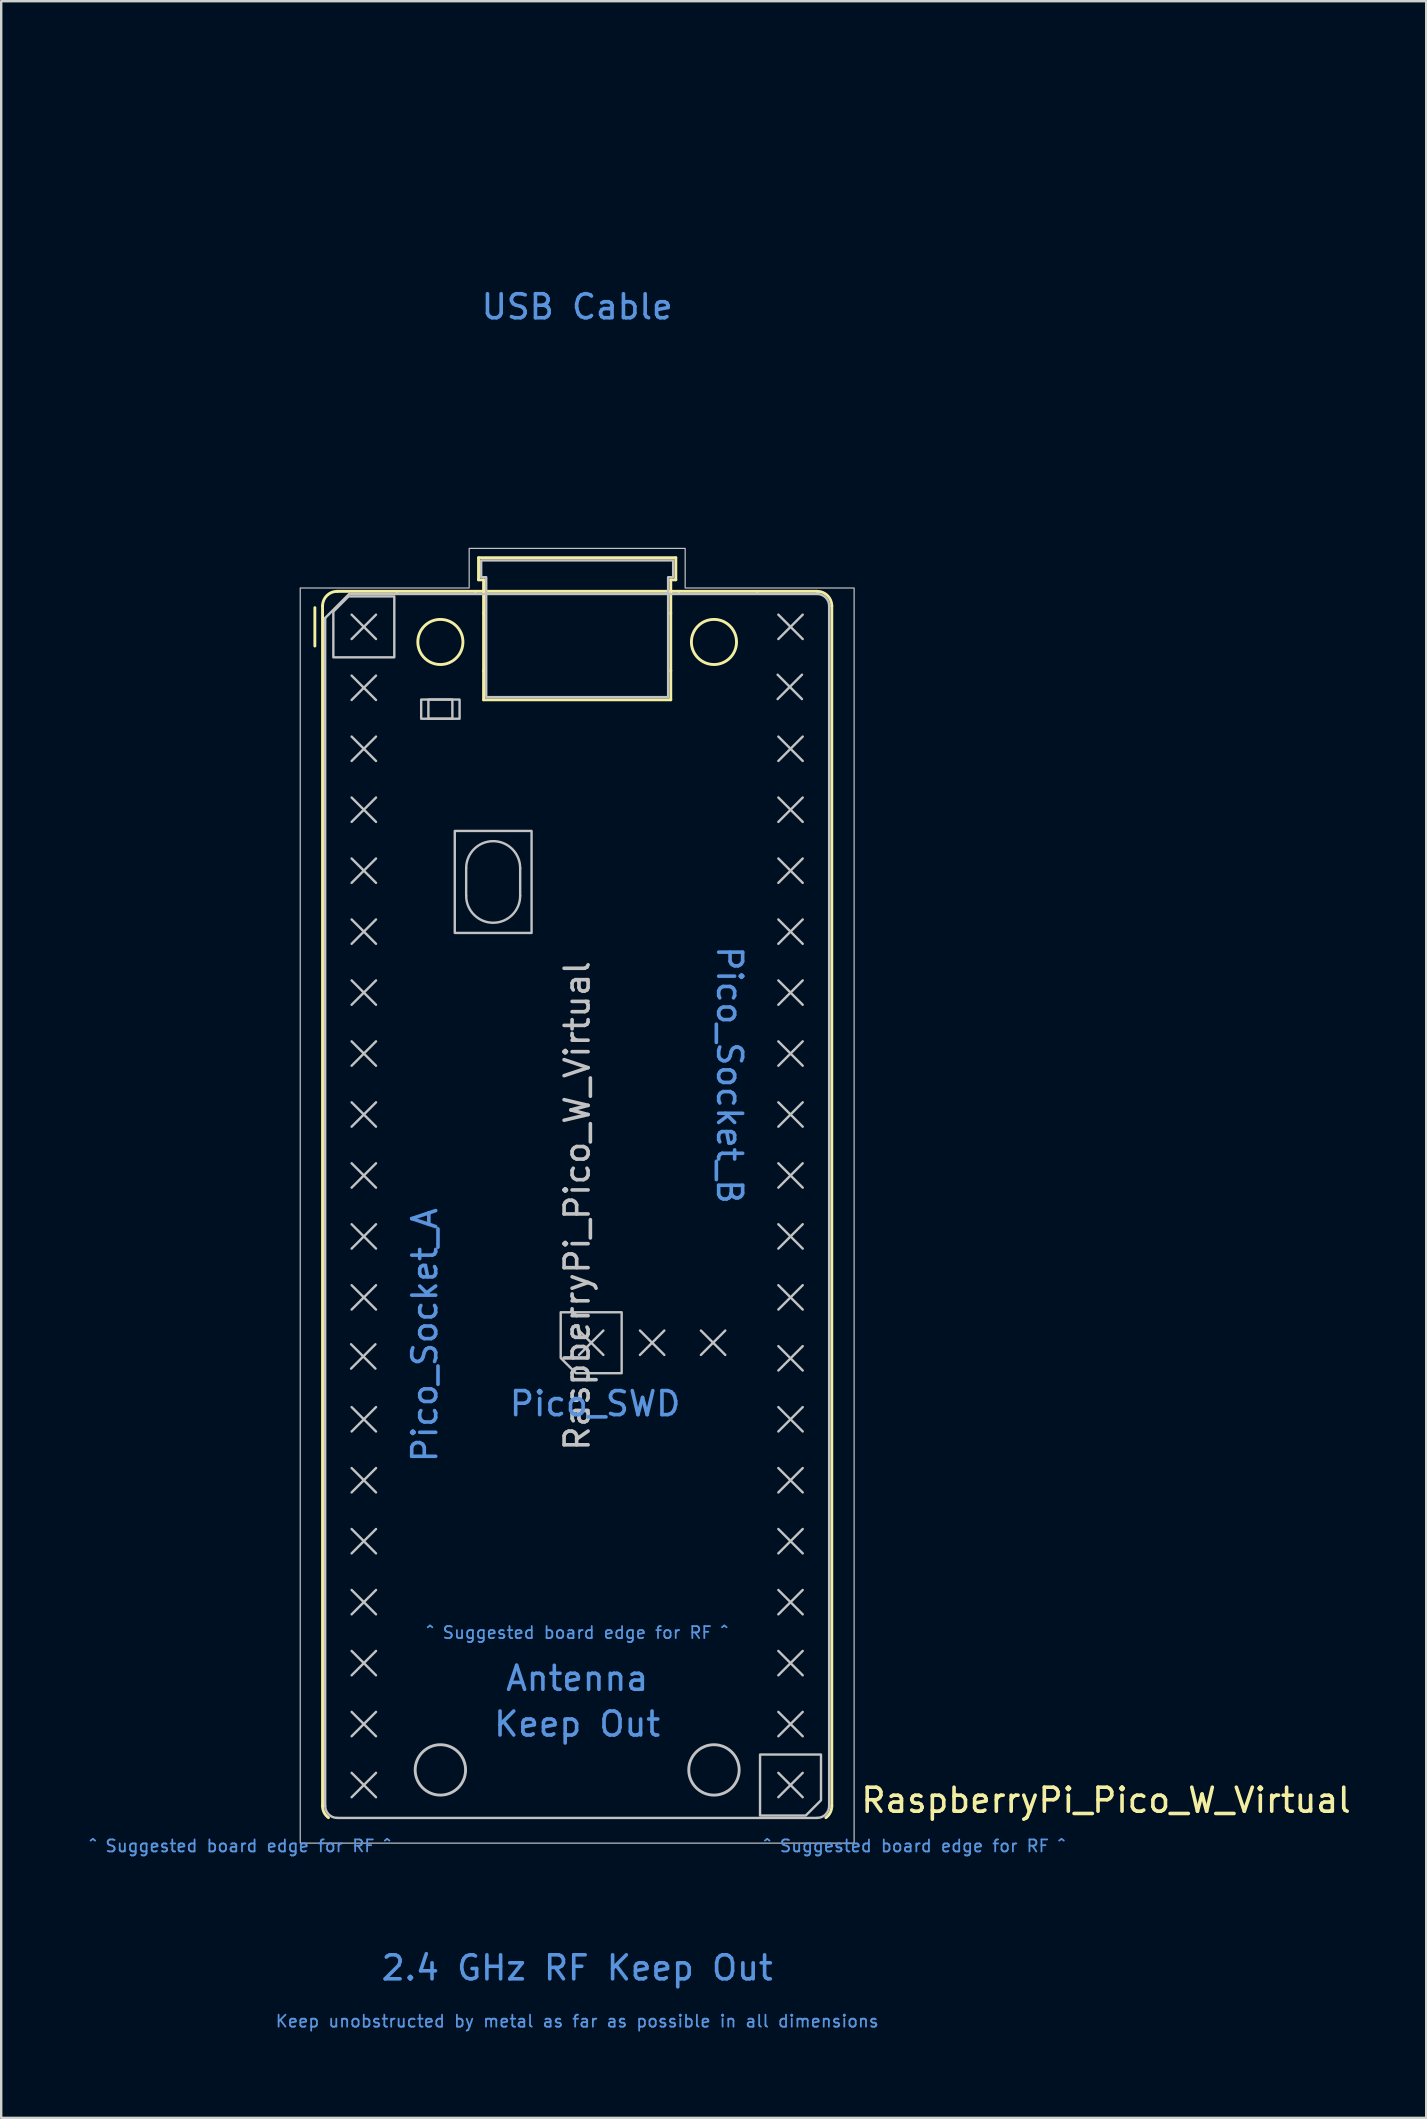
<source format=kicad_pcb>
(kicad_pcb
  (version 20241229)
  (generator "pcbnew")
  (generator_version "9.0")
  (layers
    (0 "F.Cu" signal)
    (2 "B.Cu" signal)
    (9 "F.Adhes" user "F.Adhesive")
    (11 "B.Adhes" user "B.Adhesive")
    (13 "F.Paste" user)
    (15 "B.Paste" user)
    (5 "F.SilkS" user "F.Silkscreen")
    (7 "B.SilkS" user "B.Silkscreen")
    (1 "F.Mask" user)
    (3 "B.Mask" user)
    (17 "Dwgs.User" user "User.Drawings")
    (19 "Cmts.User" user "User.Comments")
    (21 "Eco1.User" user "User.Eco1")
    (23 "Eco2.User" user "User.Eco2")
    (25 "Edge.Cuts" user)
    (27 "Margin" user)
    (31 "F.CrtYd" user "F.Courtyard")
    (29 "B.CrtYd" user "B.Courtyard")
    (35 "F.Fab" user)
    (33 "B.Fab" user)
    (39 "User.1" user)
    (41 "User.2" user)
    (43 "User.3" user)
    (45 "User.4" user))
  (footprint "RaspberryPi_Pico_W_Virtual"
    (layer "F.Cu")
    (at 21 47.2)
    (property "Reference" "RaspberryPi_Pico_W_Virtual" (at 11.748 24.765 0) (unlocked yes) (layer "F.SilkS") (effects (font (size 1 1) (thickness 0.15)) (justify left)))
    (attr exclude_from_pos_files allow_missing_courtyard)
    (fp_line (start -10.93 -23.33) (end -10.93 -24.93) (stroke (width 0.12) (type solid)) (layer "F.SilkS"))
    (fp_line (start -10.61 -25) (end -10.61 25) (stroke (width 0.12) (type solid)) (layer "F.SilkS"))
    (fp_line (start -10 -25.61) (end -7.51 -25.61) (stroke (width 0.12) (type solid)) (layer "F.SilkS"))
    (fp_line (start -7.51 -25.61) (end -4.235 -25.61) (stroke (width 0.12) (type solid)) (layer "F.SilkS"))
    (fp_line (start -4.235 -25.61) (end 4.235 -25.61) (stroke (width 0.12) (type solid)) (layer "F.SilkS"))
    (fp_line (start -4.11 -27.01) (end -4.11 -26.09) (stroke (width 0.12) (type solid)) (layer "F.SilkS"))
    (fp_line (start -4.11 -27.01) (end 4.11 -27.01) (stroke (width 0.12) (type solid)) (layer "F.SilkS"))
    (fp_line (start -4.11 -26.09) (end -3.9 -26.09) (stroke (width 0.12) (type solid)) (layer "F.SilkS"))
    (fp_line (start -3.9 -26.09) (end -3.9 -24.694) (stroke (width 0.12) (type solid)) (layer "F.SilkS"))
    (fp_line (start -3.9 -24.694) (end -3.9 -22.306) (stroke (width 0.12) (type default)) (layer "F.SilkS"))
    (fp_line (start -3.9 -22.306) (end -3.9 -21.09) (stroke (width 0.12) (type solid)) (layer "F.SilkS"))
    (fp_line (start 3.9 -26.09) (end 3.9 -24.694) (stroke (width 0.12) (type solid)) (layer "F.SilkS"))
    (fp_line (start 3.9 -24.694) (end 3.9 -22.306) (stroke (width 0.12) (type default)) (layer "F.SilkS"))
    (fp_line (start 3.9 -22.306) (end 3.9 -21.09) (stroke (width 0.12) (type solid)) (layer "F.SilkS"))
    (fp_line (start 3.9 -21.09) (end -3.9 -21.09) (stroke (width 0.12) (type solid)) (layer "F.SilkS"))
    (fp_line (start 4.11 -27.01) (end 4.11 -26.09) (stroke (width 0.12) (type solid)) (layer "F.SilkS"))
    (fp_line (start 4.11 -26.09) (end 3.9 -26.09) (stroke (width 0.12) (type solid)) (layer "F.SilkS"))
    (fp_line (start 4.235 -25.61) (end 7.51 -25.61) (stroke (width 0.12) (type solid)) (layer "F.SilkS"))
    (fp_line (start 7.51 -25.61) (end 10 -25.61) (stroke (width 0.12) (type solid)) (layer "F.SilkS"))
    (fp_line (start 10.61 -25) (end 10.61 25) (stroke (width 0.12) (type solid)) (layer "F.SilkS"))
    (fp_arc (start -10.61 -25) (mid -10.431335 -25.431335) (end -10 -25.61) (stroke (width 0.12) (type solid)) (layer "F.SilkS"))
    (fp_arc (start -10.363318 25.49) (mid -10.54485 25.274295) (end -10.61 25) (stroke (width 0.12) (type solid)) (layer "F.SilkS"))
    (fp_arc (start 10 -25.61) (mid 10.431335 -25.431335) (end 10.61 -25) (stroke (width 0.12) (type solid)) (layer "F.SilkS"))
    (fp_arc (start 10.61 25) (mid 10.544921 25.274336) (end 10.363342 25.490031) (stroke (width 0.12) (type solid)) (layer "F.SilkS"))
    (fp_circle (center -5.7 -23.5) (end -4.76 -23.5) (stroke (width 0.12) (type solid)) (fill no) (layer "F.SilkS"))
    (fp_circle (center 5.7 -23.5) (end 6.64 -23.5) (stroke (width 0.12) (type solid)) (fill no) (layer "F.SilkS"))
    (fp_line (start -10.5 -24.5) (end -9.5 -25.5) (stroke (width 0.1) (type solid)) (layer "Dwgs.User"))
    (fp_line (start -10.5 25) (end -10.5 -24.5) (stroke (width 0.1) (type solid)) (layer "Dwgs.User"))
    (fp_line (start -9.5 -25.5) (end 10 -25.5) (stroke (width 0.1) (type solid)) (layer "Dwgs.User"))
    (fp_line (start -9.422 5.763) (end -8.406 6.779) (stroke (width 0.1) (type solid)) (layer "Dwgs.User"))
    (fp_line (start -9.398 -24.638) (end -8.382 -23.622) (stroke (width 0.1) (type solid)) (layer "Dwgs.User"))
    (fp_line (start -9.398 -22.098) (end -8.382 -21.082) (stroke (width 0.1) (type solid)) (layer "Dwgs.User"))
    (fp_line (start -9.398 -19.558) (end -8.382 -18.542) (stroke (width 0.1) (type solid)) (layer "Dwgs.User"))
    (fp_line (start -9.398 -17.018) (end -8.382 -16.002) (stroke (width 0.1) (type solid)) (layer "Dwgs.User"))
    (fp_line (start -9.398 -14.478) (end -8.382 -13.462) (stroke (width 0.1) (type solid)) (layer "Dwgs.User"))
    (fp_line (start -9.398 -11.938) (end -8.382 -10.922) (stroke (width 0.1) (type solid)) (layer "Dwgs.User"))
    (fp_line (start -9.398 -9.398) (end -8.382 -8.382) (stroke (width 0.1) (type solid)) (layer "Dwgs.User"))
    (fp_line (start -9.398 -6.858) (end -8.382 -5.842) (stroke (width 0.1) (type solid)) (layer "Dwgs.User"))
    (fp_line (start -9.398 -4.318) (end -8.382 -3.302) (stroke (width 0.1) (type solid)) (layer "Dwgs.User"))
    (fp_line (start -9.398 -1.778) (end -8.382 -0.762) (stroke (width 0.1) (type solid)) (layer "Dwgs.User"))
    (fp_line (start -9.398 0.762) (end -8.382 1.778) (stroke (width 0.1) (type solid)) (layer "Dwgs.User"))
    (fp_line (start -9.398 3.302) (end -8.382 4.318) (stroke (width 0.1) (type solid)) (layer "Dwgs.User"))
    (fp_line (start -9.398 8.382) (end -8.382 9.398) (stroke (width 0.1) (type solid)) (layer "Dwgs.User"))
    (fp_line (start -9.398 10.922) (end -8.382 11.938) (stroke (width 0.1) (type solid)) (layer "Dwgs.User"))
    (fp_line (start -9.398 13.462) (end -8.382 14.478) (stroke (width 0.1) (type solid)) (layer "Dwgs.User"))
    (fp_line (start -9.398 16.002) (end -8.382 17.018) (stroke (width 0.1) (type solid)) (layer "Dwgs.User"))
    (fp_line (start -9.398 18.542) (end -8.382 19.558) (stroke (width 0.1) (type solid)) (layer "Dwgs.User"))
    (fp_line (start -9.398 21.082) (end -8.382 22.098) (stroke (width 0.1) (type solid)) (layer "Dwgs.User"))
    (fp_line (start -9.398 23.622) (end -8.382 24.638) (stroke (width 0.1) (type solid)) (layer "Dwgs.User"))
    (fp_line (start -8.406 5.763) (end -9.422 6.779) (stroke (width 0.1) (type solid)) (layer "Dwgs.User"))
    (fp_line (start -8.382 -24.638) (end -9.398 -23.622) (stroke (width 0.1) (type solid)) (layer "Dwgs.User"))
    (fp_line (start -8.382 -22.098) (end -9.398 -21.082) (stroke (width 0.1) (type solid)) (layer "Dwgs.User"))
    (fp_line (start -8.382 -19.558) (end -9.398 -18.542) (stroke (width 0.1) (type solid)) (layer "Dwgs.User"))
    (fp_line (start -8.382 -17.018) (end -9.398 -16.002) (stroke (width 0.1) (type solid)) (layer "Dwgs.User"))
    (fp_line (start -8.382 -14.478) (end -9.398 -13.462) (stroke (width 0.1) (type solid)) (layer "Dwgs.User"))
    (fp_line (start -8.382 -11.938) (end -9.398 -10.922) (stroke (width 0.1) (type solid)) (layer "Dwgs.User"))
    (fp_line (start -8.382 -9.398) (end -9.398 -8.382) (stroke (width 0.1) (type solid)) (layer "Dwgs.User"))
    (fp_line (start -8.382 -6.858) (end -9.398 -5.842) (stroke (width 0.1) (type solid)) (layer "Dwgs.User"))
    (fp_line (start -8.382 -4.318) (end -9.398 -3.302) (stroke (width 0.1) (type solid)) (layer "Dwgs.User"))
    (fp_line (start -8.382 -1.778) (end -9.398 -0.762) (stroke (width 0.1) (type solid)) (layer "Dwgs.User"))
    (fp_line (start -8.382 0.762) (end -9.398 1.778) (stroke (width 0.1) (type solid)) (layer "Dwgs.User"))
    (fp_line (start -8.382 3.302) (end -9.398 4.318) (stroke (width 0.1) (type solid)) (layer "Dwgs.User"))
    (fp_line (start -8.382 8.382) (end -9.398 9.398) (stroke (width 0.1) (type solid)) (layer "Dwgs.User"))
    (fp_line (start -8.382 10.922) (end -9.398 11.938) (stroke (width 0.1) (type solid)) (layer "Dwgs.User"))
    (fp_line (start -8.382 13.462) (end -9.398 14.478) (stroke (width 0.1) (type solid)) (layer "Dwgs.User"))
    (fp_line (start -8.382 16.002) (end -9.398 17.018) (stroke (width 0.1) (type solid)) (layer "Dwgs.User"))
    (fp_line (start -8.382 18.542) (end -9.398 19.558) (stroke (width 0.1) (type solid)) (layer "Dwgs.User"))
    (fp_line (start -8.382 21.082) (end -9.398 22.098) (stroke (width 0.1) (type solid)) (layer "Dwgs.User"))
    (fp_line (start -8.382 23.622) (end -9.398 24.638) (stroke (width 0.1) (type solid)) (layer "Dwgs.User"))
    (fp_line (start -4.625 -14.075) (end -4.625 -12.925) (stroke (width 0.1) (type solid)) (layer "Dwgs.User"))
    (fp_line (start -2.375 -14.075) (end -2.375 -12.925) (stroke (width 0.1) (type solid)) (layer "Dwgs.User"))
    (fp_line (start 0.076 5.192) (end 1.092 6.208) (stroke (width 0.1) (type solid)) (layer "Dwgs.User"))
    (fp_line (start 1.092 5.192) (end 0.076 6.208) (stroke (width 0.1) (type solid)) (layer "Dwgs.User"))
    (fp_line (start 2.616 5.192) (end 3.632 6.208) (stroke (width 0.1) (type solid)) (layer "Dwgs.User"))
    (fp_line (start 3.632 5.192) (end 2.616 6.208) (stroke (width 0.1) (type solid)) (layer "Dwgs.User"))
    (fp_line (start 5.156 5.192) (end 6.172 6.208) (stroke (width 0.1) (type solid)) (layer "Dwgs.User"))
    (fp_line (start 6.172 5.192) (end 5.156 6.208) (stroke (width 0.1) (type solid)) (layer "Dwgs.User"))
    (fp_line (start 8.352 -22.136) (end 9.368 -21.12) (stroke (width 0.1) (type solid)) (layer "Dwgs.User"))
    (fp_line (start 8.382 -24.638) (end 9.398 -23.622) (stroke (width 0.1) (type solid)) (layer "Dwgs.User"))
    (fp_line (start 8.382 -19.558) (end 9.398 -18.542) (stroke (width 0.1) (type solid)) (layer "Dwgs.User"))
    (fp_line (start 8.382 -17.018) (end 9.398 -16.002) (stroke (width 0.1) (type solid)) (layer "Dwgs.User"))
    (fp_line (start 8.382 -14.478) (end 9.398 -13.462) (stroke (width 0.1) (type solid)) (layer "Dwgs.User"))
    (fp_line (start 8.382 -11.938) (end 9.398 -10.922) (stroke (width 0.1) (type solid)) (layer "Dwgs.User"))
    (fp_line (start 8.382 -9.398) (end 9.398 -8.382) (stroke (width 0.1) (type solid)) (layer "Dwgs.User"))
    (fp_line (start 8.382 -6.858) (end 9.398 -5.842) (stroke (width 0.1) (type solid)) (layer "Dwgs.User"))
    (fp_line (start 8.382 -4.318) (end 9.398 -3.302) (stroke (width 0.1) (type solid)) (layer "Dwgs.User"))
    (fp_line (start 8.382 -1.778) (end 9.398 -0.762) (stroke (width 0.1) (type solid)) (layer "Dwgs.User"))
    (fp_line (start 8.382 0.762) (end 9.398 1.778) (stroke (width 0.1) (type solid)) (layer "Dwgs.User"))
    (fp_line (start 8.382 3.302) (end 9.398 4.318) (stroke (width 0.1) (type solid)) (layer "Dwgs.User"))
    (fp_line (start 8.382 5.842) (end 9.398 6.858) (stroke (width 0.1) (type solid)) (layer "Dwgs.User"))
    (fp_line (start 8.382 8.382) (end 9.398 9.398) (stroke (width 0.1) (type solid)) (layer "Dwgs.User"))
    (fp_line (start 8.382 10.922) (end 9.398 11.938) (stroke (width 0.1) (type solid)) (layer "Dwgs.User"))
    (fp_line (start 8.382 13.462) (end 9.398 14.478) (stroke (width 0.1) (type solid)) (layer "Dwgs.User"))
    (fp_line (start 8.382 16.002) (end 9.398 17.018) (stroke (width 0.1) (type solid)) (layer "Dwgs.User"))
    (fp_line (start 8.382 18.542) (end 9.398 19.558) (stroke (width 0.1) (type solid)) (layer "Dwgs.User"))
    (fp_line (start 8.382 21.082) (end 9.398 22.098) (stroke (width 0.1) (type solid)) (layer "Dwgs.User"))
    (fp_line (start 8.382 23.622) (end 9.398 24.638) (stroke (width 0.1) (type solid)) (layer "Dwgs.User"))
    (fp_line (start 9.368 -22.136) (end 8.352 -21.12) (stroke (width 0.1) (type solid)) (layer "Dwgs.User"))
    (fp_line (start 9.398 -24.638) (end 8.382 -23.622) (stroke (width 0.1) (type solid)) (layer "Dwgs.User"))
    (fp_line (start 9.398 -19.558) (end 8.382 -18.542) (stroke (width 0.1) (type solid)) (layer "Dwgs.User"))
    (fp_line (start 9.398 -17.018) (end 8.382 -16.002) (stroke (width 0.1) (type solid)) (layer "Dwgs.User"))
    (fp_line (start 9.398 -14.478) (end 8.382 -13.462) (stroke (width 0.1) (type solid)) (layer "Dwgs.User"))
    (fp_line (start 9.398 -11.938) (end 8.382 -10.922) (stroke (width 0.1) (type solid)) (layer "Dwgs.User"))
    (fp_line (start 9.398 -9.398) (end 8.382 -8.382) (stroke (width 0.1) (type solid)) (layer "Dwgs.User"))
    (fp_line (start 9.398 -6.858) (end 8.382 -5.842) (stroke (width 0.1) (type solid)) (layer "Dwgs.User"))
    (fp_line (start 9.398 -4.318) (end 8.382 -3.302) (stroke (width 0.1) (type solid)) (layer "Dwgs.User"))
    (fp_line (start 9.398 -1.778) (end 8.382 -0.762) (stroke (width 0.1) (type solid)) (layer "Dwgs.User"))
    (fp_line (start 9.398 0.762) (end 8.382 1.778) (stroke (width 0.1) (type solid)) (layer "Dwgs.User"))
    (fp_line (start 9.398 3.302) (end 8.382 4.318) (stroke (width 0.1) (type solid)) (layer "Dwgs.User"))
    (fp_line (start 9.398 5.842) (end 8.382 6.858) (stroke (width 0.1) (type solid)) (layer "Dwgs.User"))
    (fp_line (start 9.398 8.382) (end 8.382 9.398) (stroke (width 0.1) (type solid)) (layer "Dwgs.User"))
    (fp_line (start 9.398 10.922) (end 8.382 11.938) (stroke (width 0.1) (type solid)) (layer "Dwgs.User"))
    (fp_line (start 9.398 13.462) (end 8.382 14.478) (stroke (width 0.1) (type solid)) (layer "Dwgs.User"))
    (fp_line (start 9.398 16.002) (end 8.382 17.018) (stroke (width 0.1) (type solid)) (layer "Dwgs.User"))
    (fp_line (start 9.398 18.542) (end 8.382 19.558) (stroke (width 0.1) (type solid)) (layer "Dwgs.User"))
    (fp_line (start 9.398 21.082) (end 8.382 22.098) (stroke (width 0.1) (type solid)) (layer "Dwgs.User"))
    (fp_line (start 9.398 23.622) (end 8.382 24.638) (stroke (width 0.1) (type solid)) (layer "Dwgs.User"))
    (fp_line (start 10 25.5) (end -10 25.5) (stroke (width 0.1) (type solid)) (layer "Dwgs.User"))
    (fp_line (start 10.5 -25) (end 10.5 25) (stroke (width 0.1) (type solid)) (layer "Dwgs.User"))
    (fp_rect (start -6.5 -21.1) (end -4.9 -20.3) (stroke (width 0.1) (type solid)) (fill no) (layer "Dwgs.User"))
    (fp_rect (start -6.2 -21.1) (end -5.2 -20.3) (stroke (width 0.1) (type solid)) (fill no) (layer "Dwgs.User"))
    (fp_rect (start -5.1 -15.625) (end -1.9 -11.375) (stroke (width 0.1) (type solid)) (fill no) (layer "Dwgs.User"))
    (fp_arc (start -10 25.5) (mid -10.353553 25.353553) (end -10.5 25) (stroke (width 0.1) (type solid)) (layer "Dwgs.User"))
    (fp_arc (start -4.625 -14.075) (mid -3.5 -15.2) (end -2.375 -14.075) (stroke (width 0.1) (type solid)) (layer "Dwgs.User"))
    (fp_arc (start -2.375 -12.925) (mid -3.5 -11.8) (end -4.625 -12.925) (stroke (width 0.1) (type solid)) (layer "Dwgs.User"))
    (fp_arc (start 10 -25.5) (mid 10.353553 -25.353553) (end 10.5 -25) (stroke (width 0.1) (type solid)) (layer "Dwgs.User"))
    (fp_arc (start 10.5 25) (mid 10.353553 25.353553) (end 10 25.5) (stroke (width 0.1) (type solid)) (layer "Dwgs.User"))
    (fp_circle (center -5.7 23.5) (end -4.65 23.5) (stroke (width 0.12) (type solid)) (fill no) (layer "Dwgs.User"))
    (fp_circle (center 5.7 23.5) (end 6.75 23.5) (stroke (width 0.12) (type solid)) (fill no) (layer "Dwgs.User"))
    (fp_poly (pts (xy -10.16 -24.765) (xy -10.16 -22.86) (xy -7.62 -22.86) (xy -7.62 -25.4) (xy -9.525 -25.4)) (stroke (width 0.1) (type solid)) (fill no) (layer "Dwgs.User"))
    (fp_poly (pts (xy -0.051 6.97) (xy 1.854 6.97) (xy 1.854 4.43) (xy -0.686 4.43) (xy -0.686 6.335)) (stroke (width 0.1) (type solid)) (fill no) (layer "Dwgs.User"))
    (fp_poly (pts (xy 10.16 24.765) (xy 10.16 22.86) (xy 7.62 22.86) (xy 7.62 25.4) (xy 9.525 25.4)) (stroke (width 0.1) (type solid)) (fill no) (layer "Dwgs.User"))
    (fp_poly (pts (xy -4.5 -27.4) (xy 4.5 -27.4) (xy 4.5 -25.75) (xy 11.54 -25.75) (xy 11.54 26.55) (xy -11.54 26.55) (xy -11.54 -25.75) (xy -4.5 -25.75)) (stroke (width 0.05) (type solid)) (fill no) (layer "Dwgs.User"))
    (fp_poly (pts (xy 3.79 -21.2) (xy 3.79 -26.2) (xy 4 -26.2) (xy 4 -26.9) (xy -4 -26.9) (xy -4 -26.2) (xy -3.79 -26.2) (xy -3.79 -21.2)) (stroke (width 0.1) (type solid)) (fill no) (layer "Dwgs.User"))
    (fp_text user "${REFERENCE}" (at 0 0 90) (layer "Dwgs.User") (effects (font (size 1 1) (thickness 0.15))))
    (fp_text user "^ Suggested board edge for RF ^" (at 14.05 26.67 0) (unlocked yes) (layer "Cmts.User") (effects (font (size 0.5 0.5) (thickness 0.075))))
    (fp_text user "Keep unobstructed by metal as far as possible in all dimensions" (at 0 33.972 0) (unlocked yes) (layer "Cmts.User") (effects (font (size 0.5 0.5) (thickness 0.075))))
    (fp_text user "^ Suggested board edge for RF ^" (at -14.05 26.67 0) (unlocked yes) (layer "Cmts.User") (effects (font (size 0.5 0.5) (thickness 0.075))))
    (fp_text user "2.4 GHz RF Keep Out" (at 0 31.75 0) (unlocked yes) (layer "Cmts.User") (effects (font (size 1 1) (thickness 0.15))))
    (fp_text user "Pico_SWD" (at 4.394 8.24 0) (unlocked yes) (layer "Cmts.User") (effects (font (size 1 1) (thickness 0.15)) (justify right)))
    (fp_text user "USB Cable" (at 0 -37.465 0) (unlocked yes) (layer "Cmts.User") (effects (font (size 1 1) (thickness 0.15))))
    (fp_text user "Keep Out" (at 0 21.59 0) (unlocked yes) (layer "Cmts.User") (effects (font (size 1 1) (thickness 0.15))))
    (fp_text user "Antenna" (at 0 19.685 0) (unlocked yes) (layer "Cmts.User") (effects (font (size 1 1) (thickness 0.15))))
    (fp_text user "^ Suggested board edge for RF ^" (at 0 17.78 0) (unlocked yes) (layer "Cmts.User") (effects (font (size 0.5 0.5) (thickness 0.075))))
    (fp_text user "Pico_Socket_B" (at 6.35 0 270) (unlocked yes) (layer "Cmts.User") (effects (font (size 1 1) (thickness 0.15)) (justify right)))
    (fp_text user "Pico_Socket_A" (at -6.35 0 90) (unlocked yes) (layer "Cmts.User") (effects (font (size 1 1) (thickness 0.15)) (justify right)))
    (zone (net_name "") (layers "F.Cu" "B.Cu" "F.Paste" "B.Paste") (name "RF Copper Keep Out") (hatch full 0.5) (connect_pads) (min_thickness 0.254) (filled_areas_thickness no) (keepout (tracks not_allowed) (vias not_allowed) (pads not_allowed) (copperpour not_allowed) (footprints allowed)) (placement (enabled no)) (fill) (polygon (pts (xy 0 72.2) (xy 42 72.2) (xy 42 82.2) (xy 0 82.2))))
    (zone (net_name "") (layers "F.Cu" "B.Cu" "F.Paste" "B.Paste") (name "Antenna Copper Keep Out") (hatch full 0.5) (connect_pads) (min_thickness 0.254) (filled_areas_thickness no) (keepout (tracks not_allowed) (vias not_allowed) (pads not_allowed) (copperpour not_allowed) (footprints not_allowed)) (placement (enabled no)) (fill) (polygon (pts (xy 18.6 72.19) (xy 13.9 68.54) (xy 13.9 64.2) (xy 28.1 64.2) (xy 28.1 68.54) (xy 23.4 72.19) (xy 23.4 72.2) (xy 18.6 72.2))))
    (zone (net_name "") (layer "Edge.Cuts") (name "Board Keep Out Suggestion RF") (hatch edge 0.5) (connect_pads) (min_thickness 0.254) (filled_areas_thickness no) (keepout (tracks allowed) (vias allowed) (pads allowed) (copperpour allowed) (footprints allowed)) (placement (enabled no)) (fill) (polygon (pts (xy 28.1 73.2) (xy 42 73.2) (xy 42 82.2) (xy 0 82.2) (xy 0 73.2) (xy 13.9 73.2) (xy 13.9 64.2) (xy 28.1 64.2))))
    (zone (net_name "") (layer "F.CrtYd") (name "USB Cable") (hatch edge 0.5) (connect_pads) (min_thickness 0.254) (filled_areas_thickness no) (keepout (tracks allowed) (vias allowed) (pads allowed) (copperpour allowed) (footprints allowed)) (placement (enabled no)) (fill) (polygon (pts (xy 15.25 19.5) (xy 17.06 19.5) (xy 17.06 19.8) (xy 24.94 19.8) (xy 24.94 19.5) (xy 26.75 19.5) (xy 26.75 0) (xy 15.25 0)))))
  (gr_rect
    (start -3 -3)
    (end 56.378 85.2)
    (stroke (width 0.1) (type default))
    (fill no)
    (layer "Edge.Cuts")))
</source>
